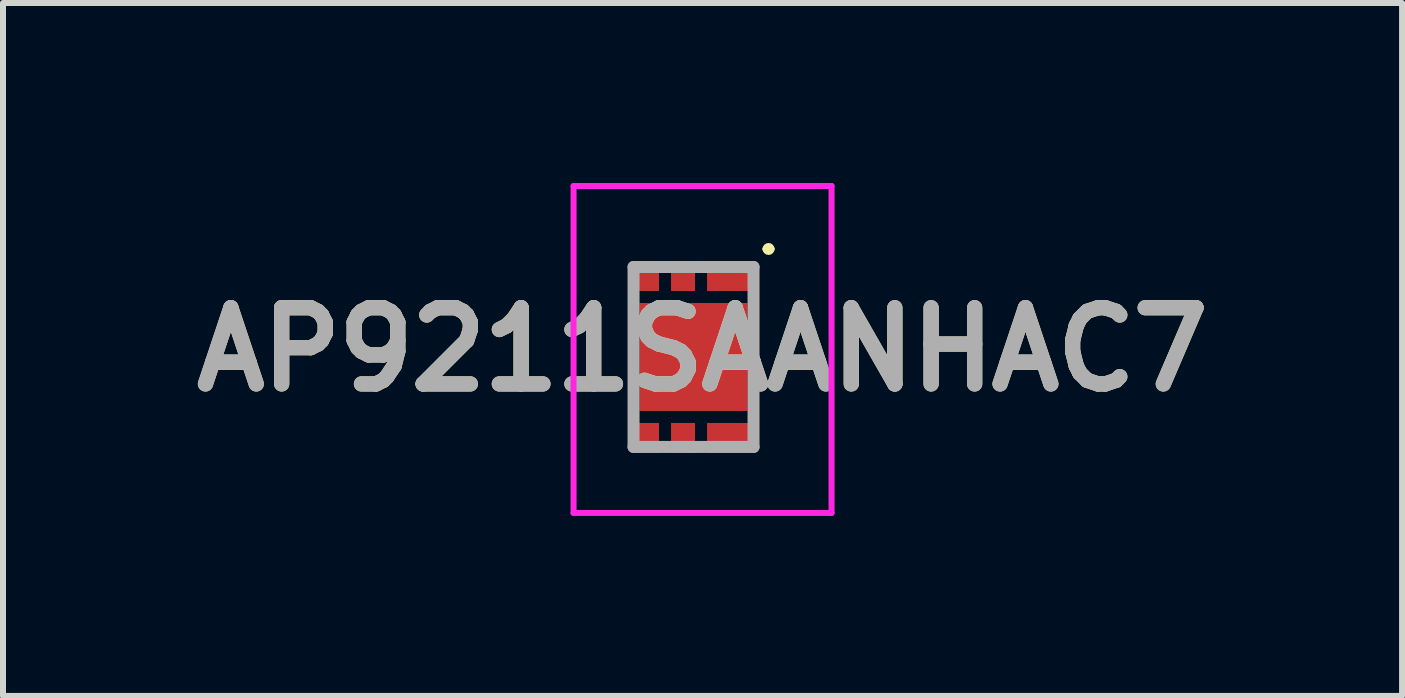
<source format=kicad_pcb>
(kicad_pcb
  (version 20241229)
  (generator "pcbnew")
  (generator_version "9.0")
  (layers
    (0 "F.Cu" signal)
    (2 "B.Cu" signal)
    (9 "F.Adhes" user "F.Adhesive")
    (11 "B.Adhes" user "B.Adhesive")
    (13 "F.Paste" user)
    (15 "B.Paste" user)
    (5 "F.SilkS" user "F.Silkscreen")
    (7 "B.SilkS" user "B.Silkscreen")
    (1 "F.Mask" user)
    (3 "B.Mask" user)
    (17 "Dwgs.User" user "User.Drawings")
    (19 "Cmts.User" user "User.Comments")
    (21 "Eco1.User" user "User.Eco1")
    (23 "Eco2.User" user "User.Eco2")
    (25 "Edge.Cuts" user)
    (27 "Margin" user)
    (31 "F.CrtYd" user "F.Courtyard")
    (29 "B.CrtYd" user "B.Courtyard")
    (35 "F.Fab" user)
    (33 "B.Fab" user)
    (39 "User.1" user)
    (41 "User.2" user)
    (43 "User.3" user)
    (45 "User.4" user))
  (footprint "AP9211SAANHAC7"
    (layer "F.Cu")
    (at 8.51 2.9)
    (property "Reference" "AP9211SAANHAC7" (at 0.15 -0.125 0) (layer "F.SilkS") (effects (font (size 1.27 1.27) (thickness 0.254))))
    (attr smd)
    (fp_line (start 1.2 -1.8) (end 1.2 -1.8) (stroke (width 0.1) (type solid)) (layer "F.SilkS"))
    (fp_line (start 1.3 -1.8) (end 1.3 -1.8) (stroke (width 0.1) (type solid)) (layer "F.SilkS"))
    (fp_arc (start 1.2 -1.8) (mid 1.25 -1.85) (end 1.3 -1.8) (stroke (width 0.1) (type solid)) (layer "F.SilkS"))
    (fp_arc (start 1.3 -1.8) (mid 1.25 -1.75) (end 1.2 -1.8) (stroke (width 0.1) (type solid)) (layer "F.SilkS"))
    (fp_line (start -2 -2.85) (end -2 2.6) (stroke (width 0.1) (type solid)) (layer "F.CrtYd"))
    (fp_line (start -2 2.6) (end 2.3 2.6) (stroke (width 0.1) (type solid)) (layer "F.CrtYd"))
    (fp_line (start 2.3 -2.85) (end -2 -2.85) (stroke (width 0.1) (type solid)) (layer "F.CrtYd"))
    (fp_line (start 2.3 2.6) (end 2.3 -2.85) (stroke (width 0.1) (type solid)) (layer "F.CrtYd"))
    (fp_line (start -1 -1.5) (end -1 1.5) (stroke (width 0.2) (type solid)) (layer "F.Fab"))
    (fp_line (start -1 1.5) (end 1 1.5) (stroke (width 0.2) (type solid)) (layer "F.Fab"))
    (fp_line (start 1 -1.5) (end -1 -1.5) (stroke (width 0.2) (type solid)) (layer "F.Fab"))
    (fp_line (start 1 1.5) (end 1 -1.5) (stroke (width 0.2) (type solid)) (layer "F.Fab"))
    (fp_text user "${REFERENCE}" (at 0.15 -0.125 0) (layer "F.Fab") (effects (font (size 1.27 1.27) (thickness 0.254))))
    (pad "1" smd rect (at 0.6 -1.35 90) (size 0.5 0.75) (layers "F.Cu" "F.Mask" "F.Paste"))
    (pad "2" smd rect (at -0.175 -1.35) (size 0.4 0.5) (layers "F.Cu" "F.Mask" "F.Paste"))
    (pad "3" smd rect (at -0.775 -1.35) (size 0.4 0.5) (layers "F.Cu" "F.Mask" "F.Paste"))
    (pad "4" smd rect (at -0.775 1.35) (size 0.4 0.5) (layers "F.Cu" "F.Mask" "F.Paste"))
    (pad "5" smd rect (at -0.175 1.35) (size 0.4 0.5) (layers "F.Cu" "F.Mask" "F.Paste"))
    (pad "6" smd rect (at 0.6 1.35 90) (size 0.5 0.75) (layers "F.Cu" "F.Mask" "F.Paste"))
    (pad "7" smd rect (at 0 0) (size 1.8 1.8) (layers "F.Cu" "F.Mask" "F.Paste")))
  (gr_rect
    (start -3 -3)
    (end 20.32 8.55)
    (stroke (width 0.1) (type default))
    (fill no)
    (layer "Edge.Cuts")))
</source>
